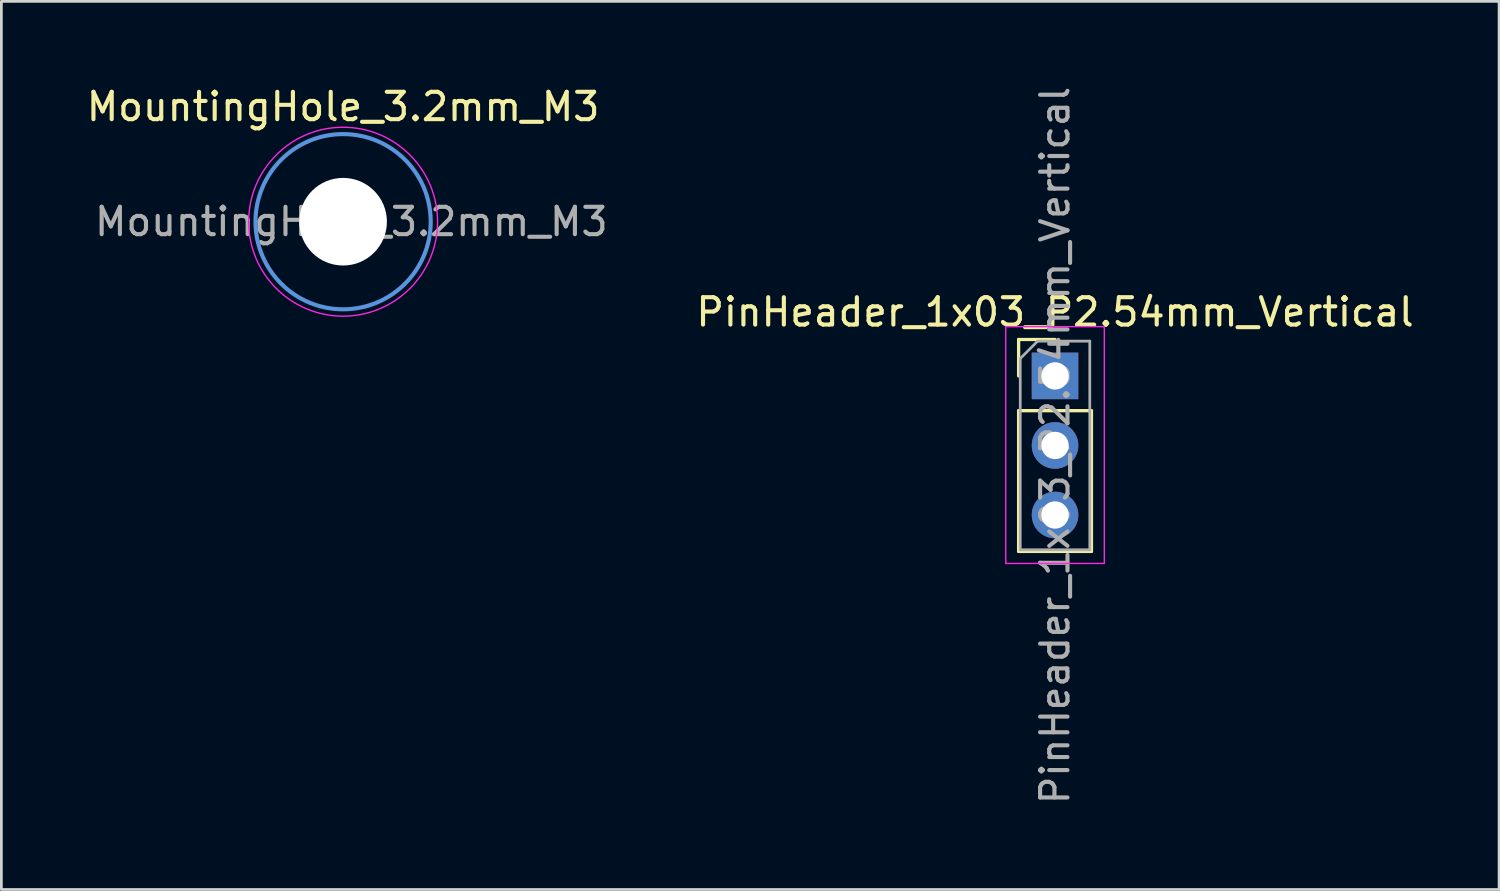
<source format=kicad_pcb>
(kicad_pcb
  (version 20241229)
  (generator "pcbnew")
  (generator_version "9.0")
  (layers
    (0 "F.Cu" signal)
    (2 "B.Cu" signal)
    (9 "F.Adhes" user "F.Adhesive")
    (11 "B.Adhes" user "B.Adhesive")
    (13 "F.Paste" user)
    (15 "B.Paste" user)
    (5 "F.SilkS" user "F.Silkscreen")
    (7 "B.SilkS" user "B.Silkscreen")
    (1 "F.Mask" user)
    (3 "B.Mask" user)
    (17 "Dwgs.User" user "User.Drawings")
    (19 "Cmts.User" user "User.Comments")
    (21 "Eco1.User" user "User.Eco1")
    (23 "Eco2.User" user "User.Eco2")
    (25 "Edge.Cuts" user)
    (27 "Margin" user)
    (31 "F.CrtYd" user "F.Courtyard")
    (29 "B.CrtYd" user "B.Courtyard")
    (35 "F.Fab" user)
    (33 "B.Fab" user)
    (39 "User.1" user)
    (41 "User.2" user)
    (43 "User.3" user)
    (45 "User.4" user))
  (footprint "MountingHole_3.2mm_M3"
    (layer "F.Cu")
    (at 9.482 5.048)
    (property "Reference" "MountingHole_3.2mm_M3" (at 0 -4.2 0) (layer "F.SilkS") (effects (font (size 1 1) (thickness 0.15))))
    (attr exclude_from_pos_files exclude_from_bom)
    (fp_circle (center 0 0) (end 3.2 0) (stroke (width 0.15) (type solid)) (fill no) (layer "Cmts.User"))
    (fp_circle (center 0 0) (end 3.45 0) (stroke (width 0.05) (type solid)) (fill no) (layer "F.CrtYd"))
    (fp_text user "${REFERENCE}" (at 0.3 0 0) (layer "F.Fab") (effects (font (size 1 1) (thickness 0.15))))
    (pad "" np_thru_hole circle (at 0 0) (size 3.2 3.2) (drill 3.2) (layers "*.Cu" "*.Mask")))
  (footprint "PinHeader_1x03_P2.54mm_Vertical"
    (layer "F.Cu")
    (at 35.485 10.68)
    (property "Reference" "PinHeader_1x03_P2.54mm_Vertical" (at 0 -2.33 180) (layer "F.SilkS") (effects (font (size 1 1) (thickness 0.15))))
    (attr through_hole)
    (fp_line (start -1.33 -1.33) (end 0 -1.33) (stroke (width 0.12) (type solid)) (layer "F.SilkS"))
    (fp_line (start -1.33 0) (end -1.33 -1.33) (stroke (width 0.12) (type solid)) (layer "F.SilkS"))
    (fp_line (start -1.33 1.27) (end -1.33 6.41) (stroke (width 0.12) (type solid)) (layer "F.SilkS"))
    (fp_line (start -1.33 1.27) (end 1.33 1.27) (stroke (width 0.12) (type solid)) (layer "F.SilkS"))
    (fp_line (start -1.33 6.41) (end 1.33 6.41) (stroke (width 0.12) (type solid)) (layer "F.SilkS"))
    (fp_line (start 1.33 1.27) (end 1.33 6.41) (stroke (width 0.12) (type solid)) (layer "F.SilkS"))
    (fp_line (start -1.8 -1.8) (end -1.8 6.85) (stroke (width 0.05) (type solid)) (layer "F.CrtYd"))
    (fp_line (start -1.8 6.85) (end 1.8 6.85) (stroke (width 0.05) (type solid)) (layer "F.CrtYd"))
    (fp_line (start 1.8 -1.8) (end -1.8 -1.8) (stroke (width 0.05) (type solid)) (layer "F.CrtYd"))
    (fp_line (start 1.8 6.85) (end 1.8 -1.8) (stroke (width 0.05) (type solid)) (layer "F.CrtYd"))
    (fp_line (start -1.27 -0.635) (end -0.635 -1.27) (stroke (width 0.1) (type solid)) (layer "F.Fab"))
    (fp_line (start -1.27 6.35) (end -1.27 -0.635) (stroke (width 0.1) (type solid)) (layer "F.Fab"))
    (fp_line (start -0.635 -1.27) (end 1.27 -1.27) (stroke (width 0.1) (type solid)) (layer "F.Fab"))
    (fp_line (start 1.27 -1.27) (end 1.27 6.35) (stroke (width 0.1) (type solid)) (layer "F.Fab"))
    (fp_line (start 1.27 6.35) (end -1.27 6.35) (stroke (width 0.1) (type solid)) (layer "F.Fab"))
    (fp_text user "${REFERENCE}" (at 0 2.54 270) (layer "F.Fab") (effects (font (size 1 1) (thickness 0.15))))
    (pad "1" thru_hole rect (at 0 0) (size 1.7 1.7) (drill 1) (layers "*.Cu" "*.Mask"))
    (pad "2" thru_hole oval (at 0 2.54) (size 1.7 1.7) (drill 1) (layers "*.Cu" "*.Mask"))
    (pad "3" thru_hole oval (at 0 5.08) (size 1.7 1.7) (drill 1) (layers "*.Cu" "*.Mask")))
  (gr_rect
    (start -3 -3)
    (end 51.705 29.44)
    (stroke (width 0.1) (type default))
    (fill no)
    (layer "Edge.Cuts")))
</source>
